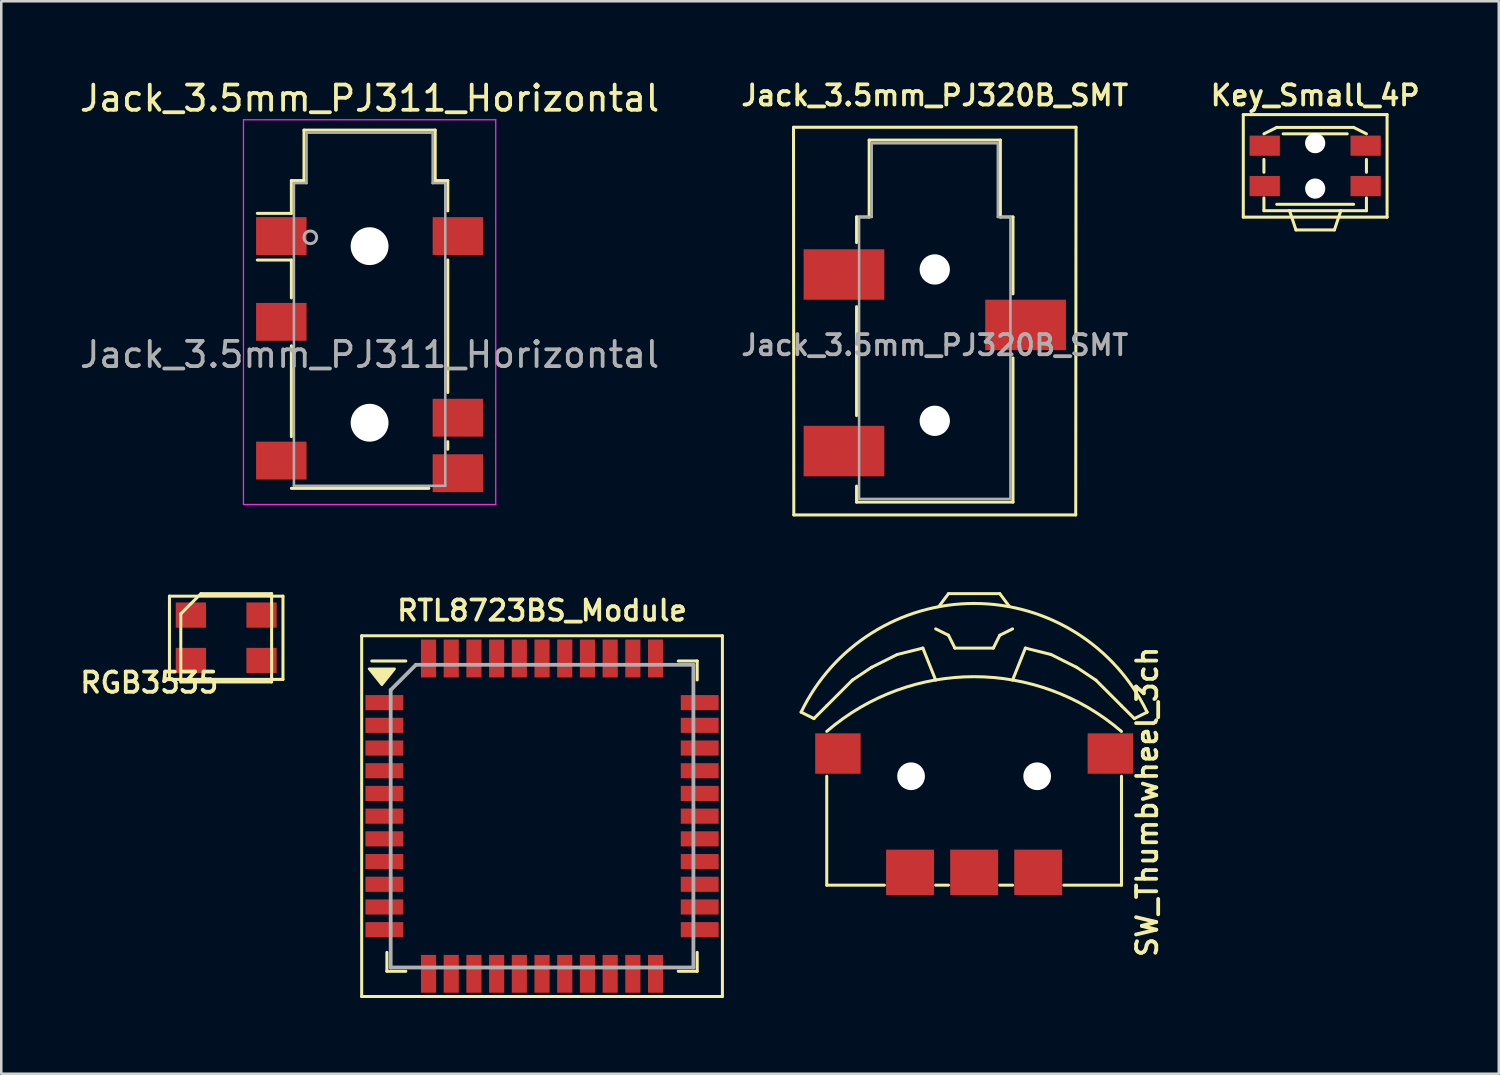
<source format=kicad_pcb>
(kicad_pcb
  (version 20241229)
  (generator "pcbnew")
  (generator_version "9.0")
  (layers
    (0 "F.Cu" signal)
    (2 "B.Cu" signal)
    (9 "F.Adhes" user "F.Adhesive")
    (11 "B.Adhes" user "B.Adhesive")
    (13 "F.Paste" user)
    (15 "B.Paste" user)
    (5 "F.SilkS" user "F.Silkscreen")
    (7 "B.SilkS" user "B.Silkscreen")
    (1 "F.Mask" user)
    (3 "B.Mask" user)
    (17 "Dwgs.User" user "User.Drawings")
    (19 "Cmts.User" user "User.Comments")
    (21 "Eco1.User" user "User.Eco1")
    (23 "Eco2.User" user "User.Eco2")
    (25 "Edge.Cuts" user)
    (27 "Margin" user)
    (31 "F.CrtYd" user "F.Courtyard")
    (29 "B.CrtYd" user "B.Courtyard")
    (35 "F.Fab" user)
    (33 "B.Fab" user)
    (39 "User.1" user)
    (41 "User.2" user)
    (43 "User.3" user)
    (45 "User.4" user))
  (footprint "Key_Small_4P"
    (layer "F.Cu")
    (at 49.085 3.525)
    (property "Reference" "Key_Small_4P" (at 0 -2.794 0) (layer "F.SilkS") (effects (font (size 0.8 0.8) (thickness 0.15))))
    (attr smd)
    (fp_line (start -2.85 -2.032) (end 2.85 -2.032) (stroke (width 0.12) (type solid)) (layer "F.SilkS"))
    (fp_line (start -2.85 2.032) (end -2.85 -2.032) (stroke (width 0.12) (type solid)) (layer "F.SilkS"))
    (fp_line (start -2.032 -1.27) (end -1.524 -1.524) (stroke (width 0.12) (type solid)) (layer "F.SilkS"))
    (fp_line (start -2.032 0.254) (end -2.032 -0.254) (stroke (width 0.12) (type solid)) (layer "F.SilkS"))
    (fp_line (start -2.032 1.778) (end -2.032 1.27) (stroke (width 0.12) (type solid)) (layer "F.SilkS"))
    (fp_line (start -1.524 -1.524) (end 1.524 -1.524) (stroke (width 0.12) (type solid)) (layer "F.SilkS"))
    (fp_line (start -1.524 1.524) (end 1.524 1.524) (stroke (width 0.12) (type solid)) (layer "F.SilkS"))
    (fp_line (start -1.27 -1.27) (end 1.27 -1.27) (stroke (width 0.12) (type solid)) (layer "F.SilkS"))
    (fp_line (start -1.016 1.778) (end -2.032 1.778) (stroke (width 0.12) (type solid)) (layer "F.SilkS"))
    (fp_line (start -1.016 1.778) (end -0.762 2.54) (stroke (width 0.12) (type solid)) (layer "F.SilkS"))
    (fp_line (start -1.016 1.778) (end 1.016 1.778) (stroke (width 0.12) (type solid)) (layer "F.SilkS"))
    (fp_line (start -0.762 2.54) (end 0.762 2.54) (stroke (width 0.12) (type solid)) (layer "F.SilkS"))
    (fp_line (start 0.762 2.54) (end 1.016 1.778) (stroke (width 0.12) (type solid)) (layer "F.SilkS"))
    (fp_line (start 1.016 1.778) (end 2.032 1.778) (stroke (width 0.12) (type solid)) (layer "F.SilkS"))
    (fp_line (start 2.032 -1.27) (end 1.524 -1.524) (stroke (width 0.12) (type solid)) (layer "F.SilkS"))
    (fp_line (start 2.032 -0.254) (end 2.032 0.254) (stroke (width 0.12) (type solid)) (layer "F.SilkS"))
    (fp_line (start 2.032 1.27) (end 2.032 1.778) (stroke (width 0.12) (type solid)) (layer "F.SilkS"))
    (fp_line (start 2.85 -2.032) (end 2.85 2.032) (stroke (width 0.12) (type solid)) (layer "F.SilkS"))
    (fp_line (start 2.85 2.032) (end -2.85 2.032) (stroke (width 0.12) (type solid)) (layer "F.SilkS"))
    (pad "" np_thru_hole circle (at 0 -0.9) (size 0.8 0.8) (drill 0.8) (layers "*.Cu" "*.Mask"))
    (pad "" np_thru_hole circle (at 0 0.9) (size 0.8 0.8) (drill 0.8) (layers "*.Cu" "*.Mask"))
    (pad "1" smd rect (at -2 -0.8 270) (size 0.8 1.2) (layers "F.Cu" "F.Mask" "F.Paste"))
    (pad "2" smd rect (at 2 0.8 270) (size 0.8 1.2) (layers "F.Cu" "F.Mask" "F.Paste"))
    (pad "~" smd rect (at -2 0.8 270) (size 0.8 1.2) (layers "F.Cu" "F.Mask" "F.Paste"))
    (pad "~" smd rect (at 2 -0.8 270) (size 0.8 1.2) (layers "F.Cu" "F.Mask" "F.Paste")))
  (footprint "RGB3535"
    (layer "F.Cu")
    (at 5.917 22.232)
    (property "Reference" "RGB3535" (at -3.048 1.778 180) (layer "F.SilkS") (effects (font (size 0.8 0.8) (thickness 0.15))))
    (attr smd)
    (fp_line (start -2.25 -1.65) (end -2.25 1.65) (stroke (width 0.12) (type solid)) (layer "F.SilkS"))
    (fp_line (start -2.25 1.65) (end 2.25 1.65) (stroke (width 0.12) (type solid)) (layer "F.SilkS"))
    (fp_line (start -1.8 -0.95) (end -1.8 1.75) (stroke (width 0.12) (type solid)) (layer "F.SilkS"))
    (fp_line (start -1.8 1.75) (end 1.8 1.75) (stroke (width 0.12) (type solid)) (layer "F.SilkS"))
    (fp_line (start -1 -1.75) (end -1.8 -0.95) (stroke (width 0.12) (type solid)) (layer "F.SilkS"))
    (fp_line (start 1.8 -1.75) (end -1 -1.75) (stroke (width 0.12) (type solid)) (layer "F.SilkS"))
    (fp_line (start 1.8 1.75) (end 1.8 -1.75) (stroke (width 0.12) (type solid)) (layer "F.SilkS"))
    (fp_line (start 2.25 -1.65) (end -2.25 -1.65) (stroke (width 0.12) (type solid)) (layer "F.SilkS"))
    (fp_line (start 2.25 1.65) (end 2.25 -1.65) (stroke (width 0.12) (type solid)) (layer "F.SilkS"))
    (pad "1" smd rect (at -1.4 -0.9 180) (size 1.2 1) (layers "F.Cu" "F.Mask" "F.Paste"))
    (pad "2" smd rect (at -1.4 0.9 180) (size 1.2 1) (layers "F.Cu" "F.Mask" "F.Paste"))
    (pad "3" smd rect (at 1.4 0.9 180) (size 1.2 1) (layers "F.Cu" "F.Mask" "F.Paste"))
    (pad "4" smd rect (at 1.4 -0.9 180) (size 1.2 1) (layers "F.Cu" "F.Mask" "F.Paste")))
  (footprint "RTL8723BS_Module"
    (layer "F.Cu")
    (at 18.437 29.303)
    (property "Reference" "RTL8723BS_Module" (at 0 -8.15 0) (layer "F.SilkS") (effects (font (size 0.8 0.8) (thickness 0.15))))
    (attr smd)
    (fp_line (start -7.15 -7.15) (end 7.15 -7.15) (stroke (width 0.12) (type solid)) (layer "F.SilkS"))
    (fp_line (start -7.15 7.15) (end -7.15 -7.15) (stroke (width 0.12) (type solid)) (layer "F.SilkS"))
    (fp_line (start -6.15 6.15) (end -6.15 5.4) (stroke (width 0.12) (type solid)) (layer "F.SilkS"))
    (fp_line (start -5.4 -6.15) (end -6.75 -6.15) (stroke (width 0.12) (type solid)) (layer "F.SilkS"))
    (fp_line (start -5.4 6.15) (end -6.15 6.15) (stroke (width 0.12) (type solid)) (layer "F.SilkS"))
    (fp_line (start 5.4 -6.15) (end 6.15 -6.15) (stroke (width 0.12) (type solid)) (layer "F.SilkS"))
    (fp_line (start 5.4 6.15) (end 6.15 6.15) (stroke (width 0.12) (type solid)) (layer "F.SilkS"))
    (fp_line (start 6.15 -6.15) (end 6.15 -5.4) (stroke (width 0.12) (type solid)) (layer "F.SilkS"))
    (fp_line (start 6.15 6.15) (end 6.15 5.4) (stroke (width 0.12) (type solid)) (layer "F.SilkS"))
    (fp_line (start 7.15 -7.15) (end 7.15 7.15) (stroke (width 0.12) (type solid)) (layer "F.SilkS"))
    (fp_line (start 7.15 7.15) (end -7.15 7.15) (stroke (width 0.12) (type solid)) (layer "F.SilkS"))
    (fp_poly (pts (xy -6.35 -5.207) (xy -6.858 -5.842) (xy -5.842 -5.842)) (stroke (width 0.1) (type solid)) (fill yes) (layer "F.SilkS"))
    (fp_line (start -6 -5) (end -6 6) (stroke (width 0.15) (type solid)) (layer "F.Fab"))
    (fp_line (start -6 6) (end 6 6) (stroke (width 0.15) (type solid)) (layer "F.Fab"))
    (fp_line (start -5 -6) (end -6 -5) (stroke (width 0.15) (type solid)) (layer "F.Fab"))
    (fp_line (start 6 -6) (end -5 -6) (stroke (width 0.15) (type solid)) (layer "F.Fab"))
    (fp_line (start 6 6) (end 6 -6) (stroke (width 0.15) (type solid)) (layer "F.Fab"))
    (pad "1" smd rect (at -6.25 -4.5 90) (size 0.6 1.5) (layers "F.Cu" "F.Mask" "F.Paste"))
    (pad "2" smd rect (at -6.25 -3.6 90) (size 0.6 1.5) (layers "F.Cu" "F.Mask" "F.Paste"))
    (pad "3" smd rect (at -6.25 -2.7 90) (size 0.6 1.5) (layers "F.Cu" "F.Mask" "F.Paste"))
    (pad "4" smd rect (at -6.25 -1.8 90) (size 0.6 1.5) (layers "F.Cu" "F.Mask" "F.Paste"))
    (pad "5" smd rect (at -6.25 -0.9 90) (size 0.6 1.5) (layers "F.Cu" "F.Mask" "F.Paste"))
    (pad "6" smd rect (at -6.25 0 90) (size 0.6 1.5) (layers "F.Cu" "F.Mask" "F.Paste"))
    (pad "7" smd rect (at -6.25 0.9 90) (size 0.6 1.5) (layers "F.Cu" "F.Mask" "F.Paste"))
    (pad "8" smd rect (at -6.25 1.8 90) (size 0.6 1.5) (layers "F.Cu" "F.Mask" "F.Paste"))
    (pad "9" smd rect (at -6.25 2.7 90) (size 0.6 1.5) (layers "F.Cu" "F.Mask" "F.Paste"))
    (pad "10" smd rect (at -6.25 3.6 90) (size 0.6 1.5) (layers "F.Cu" "F.Mask" "F.Paste"))
    (pad "11" smd rect (at -6.25 4.5 90) (size 0.6 1.5) (layers "F.Cu" "F.Mask" "F.Paste"))
    (pad "12" smd rect (at -4.5 6.25) (size 0.6 1.5) (layers "F.Cu" "F.Mask" "F.Paste"))
    (pad "13" smd rect (at -3.6 6.25) (size 0.6 1.5) (layers "F.Cu" "F.Mask" "F.Paste"))
    (pad "14" smd rect (at -2.7 6.25) (size 0.6 1.5) (layers "F.Cu" "F.Mask" "F.Paste"))
    (pad "15" smd rect (at -1.8 6.25) (size 0.6 1.5) (layers "F.Cu" "F.Mask" "F.Paste"))
    (pad "16" smd rect (at -0.9 6.25) (size 0.6 1.5) (layers "F.Cu" "F.Mask" "F.Paste"))
    (pad "17" smd rect (at 0 6.25) (size 0.6 1.5) (layers "F.Cu" "F.Mask" "F.Paste"))
    (pad "18" smd rect (at 0.9 6.25) (size 0.6 1.5) (layers "F.Cu" "F.Mask" "F.Paste"))
    (pad "19" smd rect (at 1.8 6.25) (size 0.6 1.5) (layers "F.Cu" "F.Mask" "F.Paste"))
    (pad "20" smd rect (at 2.7 6.25) (size 0.6 1.5) (layers "F.Cu" "F.Mask" "F.Paste"))
    (pad "21" smd rect (at 3.6 6.25) (size 0.6 1.5) (layers "F.Cu" "F.Mask" "F.Paste"))
    (pad "22" smd rect (at 4.5 6.25) (size 0.6 1.5) (layers "F.Cu" "F.Mask" "F.Paste"))
    (pad "23" smd rect (at 6.25 4.5 90) (size 0.6 1.5) (layers "F.Cu" "F.Mask" "F.Paste"))
    (pad "24" smd rect (at 6.25 3.6 90) (size 0.6 1.5) (layers "F.Cu" "F.Mask" "F.Paste"))
    (pad "25" smd rect (at 6.25 2.7 90) (size 0.6 1.5) (layers "F.Cu" "F.Mask" "F.Paste"))
    (pad "26" smd rect (at 6.25 1.8 90) (size 0.6 1.5) (layers "F.Cu" "F.Mask" "F.Paste"))
    (pad "27" smd rect (at 6.25 0.9 90) (size 0.6 1.5) (layers "F.Cu" "F.Mask" "F.Paste"))
    (pad "28" smd rect (at 6.25 0 90) (size 0.6 1.5) (layers "F.Cu" "F.Mask" "F.Paste"))
    (pad "29" smd rect (at 6.25 -0.9 90) (size 0.6 1.5) (layers "F.Cu" "F.Mask" "F.Paste"))
    (pad "30" smd rect (at 6.25 -1.8 90) (size 0.6 1.5) (layers "F.Cu" "F.Mask" "F.Paste"))
    (pad "31" smd rect (at 6.25 -2.7 90) (size 0.6 1.5) (layers "F.Cu" "F.Mask" "F.Paste"))
    (pad "32" smd rect (at 6.25 -3.6 90) (size 0.6 1.5) (layers "F.Cu" "F.Mask" "F.Paste"))
    (pad "33" smd rect (at 6.25 -4.5 90) (size 0.6 1.5) (layers "F.Cu" "F.Mask" "F.Paste"))
    (pad "34" smd rect (at 4.5 -6.25) (size 0.6 1.5) (layers "F.Cu" "F.Mask" "F.Paste"))
    (pad "35" smd rect (at 3.6 -6.25) (size 0.6 1.5) (layers "F.Cu" "F.Mask" "F.Paste"))
    (pad "36" smd rect (at 2.7 -6.25) (size 0.6 1.5) (layers "F.Cu" "F.Mask" "F.Paste"))
    (pad "37" smd rect (at 1.8 -6.25) (size 0.6 1.5) (layers "F.Cu" "F.Mask" "F.Paste"))
    (pad "38" smd rect (at 0.9 -6.25) (size 0.6 1.5) (layers "F.Cu" "F.Mask" "F.Paste"))
    (pad "39" smd rect (at 0 -6.25) (size 0.6 1.5) (layers "F.Cu" "F.Mask" "F.Paste"))
    (pad "40" smd rect (at -0.9 -6.25) (size 0.6 1.5) (layers "F.Cu" "F.Mask" "F.Paste"))
    (pad "41" smd rect (at -1.8 -6.25) (size 0.6 1.5) (layers "F.Cu" "F.Mask" "F.Paste"))
    (pad "42" smd rect (at -2.7 -6.25) (size 0.6 1.5) (layers "F.Cu" "F.Mask" "F.Paste"))
    (pad "43" smd rect (at -3.6 -6.25) (size 0.6 1.5) (layers "F.Cu" "F.Mask" "F.Paste"))
    (pad "44" smd rect (at -4.5 -6.25) (size 0.6 1.5) (layers "F.Cu" "F.Mask" "F.Paste")))
  (footprint "Jack_3.5mm_PJ320B_SMT"
    (layer "F.Cu")
    (at 34.005 10.631)
    (property "Reference" "Jack_3.5mm_PJ320B_SMT" (at 0 -9.9 0) (layer "F.SilkS") (effects (font (size 0.8 0.8) (thickness 0.15))))
    (attr smd)
    (fp_line (start -5.6 -8.636) (end 5.6 -8.636) (stroke (width 0.12) (type solid)) (layer "F.SilkS"))
    (fp_line (start -5.588 6.731) (end -5.6 -8.636) (stroke (width 0.12) (type solid)) (layer "F.SilkS"))
    (fp_line (start -3.1 -5.08) (end -2.6 -5.08) (stroke (width 0.12) (type solid)) (layer "F.SilkS"))
    (fp_line (start -3.1 -4.064) (end -3.1 -5.08) (stroke (width 0.12) (type solid)) (layer "F.SilkS"))
    (fp_line (start -3.1 2.794) (end -3.1 -1.524) (stroke (width 0.12) (type solid)) (layer "F.SilkS"))
    (fp_line (start -3.1 6.223) (end -3.1 5.588) (stroke (width 0.12) (type solid)) (layer "F.SilkS"))
    (fp_line (start -2.6 -8.128) (end 2.6 -8.128) (stroke (width 0.12) (type solid)) (layer "F.SilkS"))
    (fp_line (start -2.6 -5.08) (end -2.6 -8.128) (stroke (width 0.12) (type solid)) (layer "F.SilkS"))
    (fp_line (start 2.6 -8.128) (end 2.6 -5.08) (stroke (width 0.12) (type solid)) (layer "F.SilkS"))
    (fp_line (start 2.6 -5.08) (end 3.1 -5.08) (stroke (width 0.12) (type solid)) (layer "F.SilkS"))
    (fp_line (start 3.1 -5.08) (end 3.1 -2.032) (stroke (width 0.12) (type solid)) (layer "F.SilkS"))
    (fp_line (start 3.1 0.508) (end 3.1 6.223) (stroke (width 0.12) (type solid)) (layer "F.SilkS"))
    (fp_line (start 3.1 6.223) (end -3.1 6.223) (stroke (width 0.12) (type solid)) (layer "F.SilkS"))
    (fp_line (start 5.588 6.731) (end -5.588 6.731) (stroke (width 0.12) (type solid)) (layer "F.SilkS"))
    (fp_line (start 5.6 -8.636) (end 5.588 6.731) (stroke (width 0.12) (type solid)) (layer "F.SilkS"))
    (fp_line (start -3 -5.08) (end -2.5 -5.08) (stroke (width 0.1) (type solid)) (layer "F.Fab"))
    (fp_line (start -3 6.096) (end -3 -5.08) (stroke (width 0.1) (type solid)) (layer "F.Fab"))
    (fp_line (start -2.5 -8.001) (end 2.5 -8.001) (stroke (width 0.1) (type solid)) (layer "F.Fab"))
    (fp_line (start -2.5 -5.08) (end -2.5 -8.001) (stroke (width 0.1) (type solid)) (layer "F.Fab"))
    (fp_line (start 2.5 -8.001) (end 2.5 -5.08) (stroke (width 0.1) (type solid)) (layer "F.Fab"))
    (fp_line (start 2.5 -5.08) (end 3 -5.08) (stroke (width 0.1) (type solid)) (layer "F.Fab"))
    (fp_line (start 3 -5.08) (end 3 6.096) (stroke (width 0.1) (type solid)) (layer "F.Fab"))
    (fp_line (start 3 6.096) (end -3 6.096) (stroke (width 0.1) (type solid)) (layer "F.Fab"))
    (fp_text user "${REFERENCE}" (at 0 0 0) (layer "F.Fab") (effects (font (size 0.8 0.8) (thickness 0.15))))
    (pad "" np_thru_hole circle (at 0 -3) (size 1.2 1.2) (drill 1.2) (layers "*.Cu" "*.Mask"))
    (pad "" np_thru_hole circle (at 0 3) (size 1.2 1.2) (drill 1.2) (layers "*.Cu" "*.Mask"))
    (pad "R" smd rect (at 3.6 -0.8) (size 3.2 2) (layers "F.Cu" "F.Mask" "F.Paste"))
    (pad "S" smd rect (at -3.6 -2.8) (size 3.2 2) (layers "F.Cu" "F.Mask" "F.Paste"))
    (pad "T" smd rect (at -3.6 4.2) (size 3.2 2) (layers "F.Cu" "F.Mask" "F.Paste")))
  (footprint "Jack_3.5mm_PJ311_Horizontal"
    (layer "F.Cu")
    (at 11.601 11.008)
    (property "Reference" "Jack_3.5mm_PJ311_Horizontal" (at 0 -10.16 0) (layer "F.SilkS") (effects (font (size 1 1) (thickness 0.15))))
    (attr smd)
    (fp_line (start -3.1 -6.9) (end -2.6 -6.9) (stroke (width 0.12) (type solid)) (layer "F.SilkS"))
    (fp_line (start -3.1 -5.6) (end -4.45 -5.6) (stroke (width 0.12) (type solid)) (layer "F.SilkS"))
    (fp_line (start -3.1 -5.6) (end -3.1 -6.9) (stroke (width 0.12) (type solid)) (layer "F.SilkS"))
    (fp_line (start -3.1 -3.75) (end -4.45 -3.75) (stroke (width 0.12) (type solid)) (layer "F.SilkS"))
    (fp_line (start -3.1 -2.25) (end -3.1 -3.75) (stroke (width 0.12) (type solid)) (layer "F.SilkS"))
    (fp_line (start -3.1 3.25) (end -3.1 -0.35) (stroke (width 0.12) (type solid)) (layer "F.SilkS"))
    (fp_line (start -2.6 -8.9) (end 2.6 -8.9) (stroke (width 0.12) (type solid)) (layer "F.SilkS"))
    (fp_line (start -2.6 -6.9) (end -2.6 -8.9) (stroke (width 0.12) (type solid)) (layer "F.SilkS"))
    (fp_line (start 2.35 5.3) (end -3.1 5.3) (stroke (width 0.12) (type solid)) (layer "F.SilkS"))
    (fp_line (start 2.6 -8.9) (end 2.6 -6.9) (stroke (width 0.12) (type solid)) (layer "F.SilkS"))
    (fp_line (start 2.6 -6.9) (end 3.1 -6.9) (stroke (width 0.12) (type solid)) (layer "F.SilkS"))
    (fp_line (start 3.1 -6.9) (end 3.1 -5.7) (stroke (width 0.12) (type solid)) (layer "F.SilkS"))
    (fp_line (start 3.1 -3.75) (end 3.1 1.5) (stroke (width 0.12) (type solid)) (layer "F.SilkS"))
    (fp_line (start 3.1 3.45) (end 3.1 3.75) (stroke (width 0.12) (type solid)) (layer "F.SilkS"))
    (fp_line (start -5 -9.31) (end -5 5.94) (stroke (width 0.05) (type solid)) (layer "F.CrtYd"))
    (fp_line (start -5 -9.31) (end 5 -9.31) (stroke (width 0.05) (type solid)) (layer "F.CrtYd"))
    (fp_line (start -5 5.94) (end 5 5.94) (stroke (width 0.05) (type solid)) (layer "F.CrtYd"))
    (fp_line (start 5 5.94) (end 5 -9.31) (stroke (width 0.05) (type solid)) (layer "F.CrtYd"))
    (fp_line (start -3 -6.8) (end -3 5.2) (stroke (width 0.1) (type solid)) (layer "F.Fab"))
    (fp_line (start -3 5.2) (end 3 5.2) (stroke (width 0.1) (type solid)) (layer "F.Fab"))
    (fp_line (start -2.5 -8.8) (end -2.5 -6.8) (stroke (width 0.1) (type solid)) (layer "F.Fab"))
    (fp_line (start -2.5 -6.8) (end -3 -6.8) (stroke (width 0.1) (type solid)) (layer "F.Fab"))
    (fp_line (start 2.5 -8.8) (end -2.5 -8.8) (stroke (width 0.1) (type solid)) (layer "F.Fab"))
    (fp_line (start 2.5 -6.8) (end 2.5 -8.8) (stroke (width 0.1) (type solid)) (layer "F.Fab"))
    (fp_line (start 3 -6.8) (end 2.5 -6.8) (stroke (width 0.1) (type solid)) (layer "F.Fab"))
    (fp_line (start 3 5.2) (end 3 -6.8) (stroke (width 0.1) (type solid)) (layer "F.Fab"))
    (fp_circle (center -2.35 -4.65) (end -2.1 -4.65) (stroke (width 0.12) (type solid)) (fill no) (layer "F.Fab"))
    (fp_text user "${REFERENCE}" (at 0 0 0) (layer "F.Fab") (effects (font (size 1 1) (thickness 0.15))))
    (pad "" np_thru_hole circle (at 0 -4.3) (size 1.5 1.5) (drill 1.5) (layers "*.Cu" "*.Mask"))
    (pad "" np_thru_hole circle (at 0 2.7) (size 1.5 1.5) (drill 1.5) (layers "*.Cu" "*.Mask"))
    (pad "1" smd rect (at -3.5 -4.7) (size 2 1.5) (layers "F.Cu" "F.Mask" "F.Paste"))
    (pad "2" smd rect (at 3.5 -4.7) (size 2 1.5) (layers "F.Cu" "F.Mask" "F.Paste"))
    (pad "3" smd rect (at -3.5 -1.3) (size 2 1.5) (layers "F.Cu" "F.Mask" "F.Paste"))
    (pad "4" smd rect (at 3.5 2.5) (size 2 1.5) (layers "F.Cu" "F.Mask" "F.Paste"))
    (pad "5" smd rect (at 3.5 4.7) (size 2 1.5) (layers "F.Cu" "F.Mask" "F.Paste"))
    (pad "6" smd rect (at -3.5 4.2) (size 2 1.5) (layers "F.Cu" "F.Mask" "F.Paste")))
  (footprint "SW_Thumbwheel_3ch"
    (layer "F.Cu")
    (at 35.565 27.721)
    (property "Reference" "SW_Thumbwheel_3ch" (at 6.858 1.016 90) (layer "F.SilkS") (effects (font (size 0.8 0.8) (thickness 0.15))))
    (attr through_hole)
    (fp_line (start -6.858 -2.54) (end -6.35 -2.286) (stroke (width 0.12) (type solid)) (layer "F.SilkS"))
    (fp_line (start -6.35 -2.286) (end -5.842 -2.794) (stroke (width 0.12) (type solid)) (layer "F.SilkS"))
    (fp_line (start -5.842 -2.794) (end -4.826 -3.81) (stroke (width 0.12) (type solid)) (layer "F.SilkS"))
    (fp_line (start -5.842 4.318) (end -5.842 0) (stroke (width 0.12) (type solid)) (layer "F.SilkS"))
    (fp_line (start -4.826 -3.81) (end -4.064 -4.318) (stroke (width 0.12) (type solid)) (layer "F.SilkS"))
    (fp_line (start -4.064 -4.318) (end -3.048 -4.826) (stroke (width 0.12) (type solid)) (layer "F.SilkS"))
    (fp_line (start -3.556 4.318) (end -5.842 4.318) (stroke (width 0.12) (type solid)) (layer "F.SilkS"))
    (fp_line (start -3.048 -4.826) (end -2.032 -5.08) (stroke (width 0.12) (type solid)) (layer "F.SilkS"))
    (fp_line (start -2.032 -5.08) (end -1.524 -3.81) (stroke (width 0.12) (type solid)) (layer "F.SilkS"))
    (fp_line (start -1.524 4.318) (end -1.016 4.318) (stroke (width 0.12) (type solid)) (layer "F.SilkS"))
    (fp_line (start -1.397 -6.731) (end -1.016 -7.239) (stroke (width 0.12) (type solid)) (layer "F.SilkS"))
    (fp_line (start -1.016 -7.239) (end 1.016 -7.239) (stroke (width 0.12) (type solid)) (layer "F.SilkS"))
    (fp_line (start -1.016 -5.588) (end -1.524 -5.842) (stroke (width 0.12) (type solid)) (layer "F.SilkS"))
    (fp_line (start -0.762 -5.08) (end -1.016 -5.588) (stroke (width 0.12) (type solid)) (layer "F.SilkS"))
    (fp_line (start -0.762 -5.08) (end 0.762 -5.08) (stroke (width 0.12) (type solid)) (layer "F.SilkS"))
    (fp_line (start 0.762 -5.08) (end 1.016 -5.588) (stroke (width 0.12) (type solid)) (layer "F.SilkS"))
    (fp_line (start 1.016 -7.239) (end 1.397 -6.731) (stroke (width 0.12) (type solid)) (layer "F.SilkS"))
    (fp_line (start 1.016 -5.588) (end 1.524 -5.842) (stroke (width 0.12) (type solid)) (layer "F.SilkS"))
    (fp_line (start 1.016 4.318) (end 1.524 4.318) (stroke (width 0.12) (type solid)) (layer "F.SilkS"))
    (fp_line (start 1.524 -3.81) (end 2.032 -5.08) (stroke (width 0.12) (type solid)) (layer "F.SilkS"))
    (fp_line (start 2.032 -5.08) (end 3.048 -4.826) (stroke (width 0.12) (type solid)) (layer "F.SilkS"))
    (fp_line (start 3.048 -4.826) (end 4.064 -4.318) (stroke (width 0.12) (type solid)) (layer "F.SilkS"))
    (fp_line (start 4.064 -4.318) (end 4.826 -3.81) (stroke (width 0.12) (type solid)) (layer "F.SilkS"))
    (fp_line (start 4.826 -3.81) (end 5.842 -2.794) (stroke (width 0.12) (type solid)) (layer "F.SilkS"))
    (fp_line (start 5.842 -2.794) (end 6.35 -2.286) (stroke (width 0.12) (type solid)) (layer "F.SilkS"))
    (fp_line (start 5.842 0) (end 5.842 4.318) (stroke (width 0.12) (type solid)) (layer "F.SilkS"))
    (fp_line (start 5.842 4.318) (end 3.556 4.318) (stroke (width 0.12) (type solid)) (layer "F.SilkS"))
    (fp_line (start 6.858 -2.54) (end 6.35 -2.286) (stroke (width 0.12) (type solid)) (layer "F.SilkS"))
    (fp_arc (start -6.858 -2.54) (mid 0 -6.849529) (end 6.858 -2.54) (stroke (width 0.12) (type solid)) (layer "F.SilkS"))
    (fp_arc (start -5.842 -1.778) (mid -0.000664 -3.946515) (end 5.840047 -1.776317) (stroke (width 0.12) (type solid)) (layer "F.SilkS"))
    (pad "" np_thru_hole circle (at -2.5 0) (size 1.1 1.1) (drill 1.1) (layers "*.Cu" "*.Mask"))
    (pad "" np_thru_hole circle (at 2.5 0) (size 1.1 1.1) (drill 1.1) (layers "*.Cu" "*.Mask"))
    (pad "1" smd rect (at -2.54 3.81) (size 1.9 1.8) (layers "F.Cu" "F.Mask" "F.Paste"))
    (pad "2" smd rect (at 2.54 3.81) (size 1.9 1.8) (layers "F.Cu" "F.Mask" "F.Paste"))
    (pad "C" smd rect (at -5.4 -0.9) (size 1.8 1.6) (layers "F.Cu" "F.Mask" "F.Paste"))
    (pad "C" smd rect (at 5.4 -0.9) (size 1.8 1.6) (layers "F.Cu" "F.Mask" "F.Paste"))
    (pad "T" smd rect (at 0 3.81) (size 1.9 1.8) (layers "F.Cu" "F.Mask" "F.Paste")))
  (gr_rect
    (start -3 -3)
    (end 56.363 39.514)
    (stroke (width 0.1) (type default))
    (fill no)
    (layer "Edge.Cuts")))
</source>
